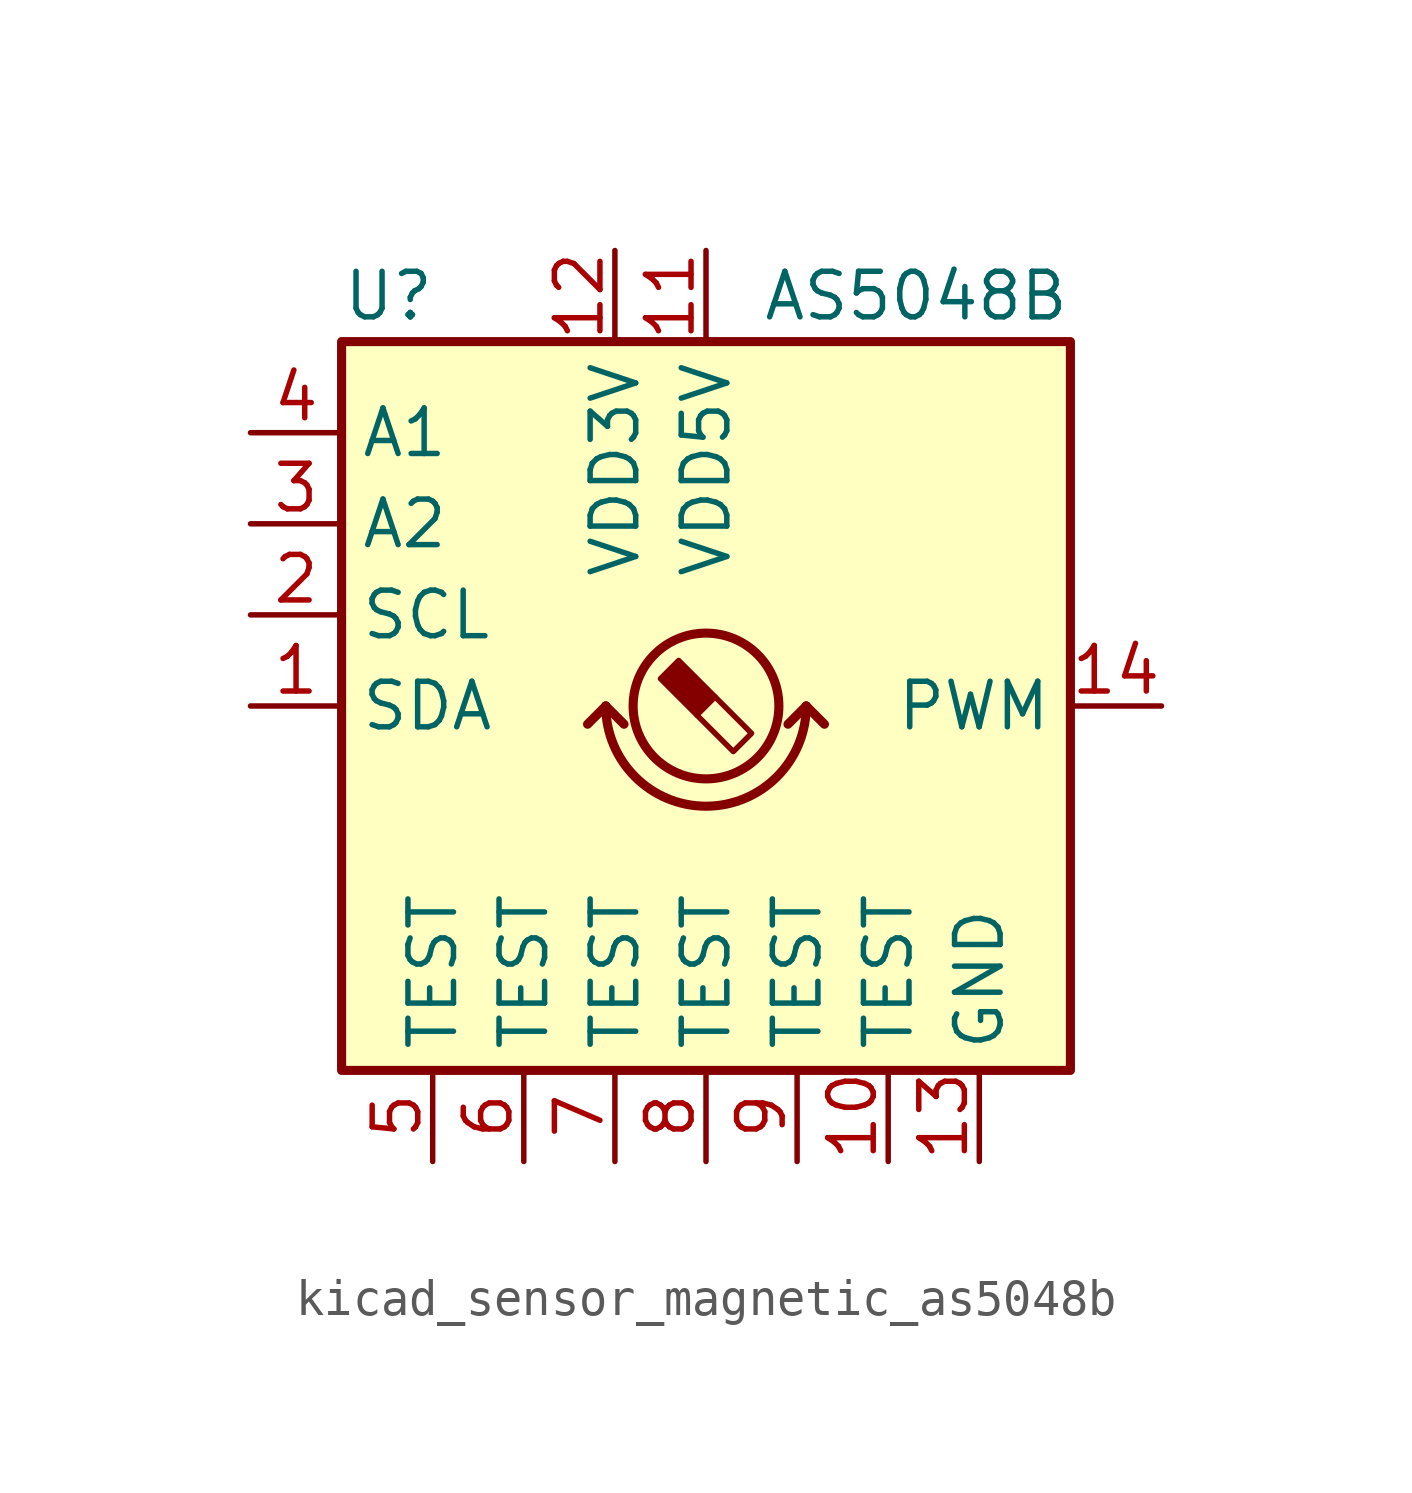
<source format=kicad_sym>
(kicad_symbol_lib
  (version 20220914)
  (generator kicad_symbol_editor)
  (symbol "kicad_sensor_magnetic_as5048b"
    (property "Reference" "U"
      (at -10.16 11.43 0)
      (effects (font (size 1.27 1.27)) (justify left)))
    (property "Value" "AS5048B"
      (at 10.16 11.43 0)
      (effects (font (size 1.27 1.27)) (justify right)))
    (symbol "kicad_sensor_magnetic_as5048b_0_1"
      (rectangle (start -10.16 10.16) (end 10.16 -10.16) (stroke (width 0.254) (type default)) (fill (type background)))
      (arc (start -2.794 0) (mid 0 -2.7819) (end 2.794 0) (stroke (width 0.254) (type default)) (fill (type none)))
      (polyline (pts (xy -2.794 0) (xy -3.302 -0.508)) (stroke (width 0.254) (type default)) (fill (type none)))
      (polyline (pts (xy -2.794 0) (xy -2.286 -0.508)) (stroke (width 0.254) (type default)) (fill (type none)))
      (polyline (pts (xy 2.794 0) (xy 2.286 -0.508)) (stroke (width 0.254) (type default)) (fill (type none)))
      (polyline (pts (xy 2.794 0) (xy 3.302 -0.508)) (stroke (width 0.254) (type default)) (fill (type none))))
    (symbol "kicad_sensor_magnetic_as5048b_1_1"
      (polyline (pts (xy 0.254 0.254) (xy 1.27 -0.762) (xy 0.762 -1.27) (xy -0.254 -0.254)) (stroke (width 0) (type default)) (fill (type none)))
      (polyline (pts (xy -0.762 1.27) (xy 0.254 0.254) (xy -0.254 -0.254) (xy -1.27 0.762) (xy -1.016 1.016) (xy -0.762 1.27) (xy -0.635 1.143)) (stroke (width 0) (type default)) (fill (type outline)))
      (circle (center 0 0) (radius 2.032) (stroke (width 0.254) (type default)) (fill (type none)))
      (pin bidirectional line (at -12.7 0 0) (length 2.54) (name "SDA" (effects (font (size 1.27 1.27)))) (number "1" (effects (font (size 1.27 1.27)))))
      (pin passive line (at 5.08 -12.7 90) (length 2.54) (name "TEST" (effects (font (size 1.27 1.27)))) (number "10" (effects (font (size 1.27 1.27)))))
      (pin power_in line (at 0 12.7 270) (length 2.54) (name "VDD5V" (effects (font (size 1.27 1.27)))) (number "11" (effects (font (size 1.27 1.27)))))
      (pin power_in line (at -2.54 12.7 270) (length 2.54) (name "VDD3V" (effects (font (size 1.27 1.27)))) (number "12" (effects (font (size 1.27 1.27)))))
      (pin power_in line (at 7.62 -12.7 90) (length 2.54) (name "GND" (effects (font (size 1.27 1.27)))) (number "13" (effects (font (size 1.27 1.27)))))
      (pin output line (at 12.7 0 180) (length 2.54) (name "PWM" (effects (font (size 1.27 1.27)))) (number "14" (effects (font (size 1.27 1.27)))))
      (pin input line (at -12.7 2.54 0) (length 2.54) (name "SCL" (effects (font (size 1.27 1.27)))) (number "2" (effects (font (size 1.27 1.27)))))
      (pin input line (at -12.7 5.08 0) (length 2.54) (name "A2" (effects (font (size 1.27 1.27)))) (number "3" (effects (font (size 1.27 1.27)))))
      (pin input line (at -12.7 7.62 0) (length 2.54) (name "A1" (effects (font (size 1.27 1.27)))) (number "4" (effects (font (size 1.27 1.27)))))
      (pin passive line (at -7.62 -12.7 90) (length 2.54) (name "TEST" (effects (font (size 1.27 1.27)))) (number "5" (effects (font (size 1.27 1.27)))))
      (pin passive line (at -5.08 -12.7 90) (length 2.54) (name "TEST" (effects (font (size 1.27 1.27)))) (number "6" (effects (font (size 1.27 1.27)))))
      (pin passive line (at -2.54 -12.7 90) (length 2.54) (name "TEST" (effects (font (size 1.27 1.27)))) (number "7" (effects (font (size 1.27 1.27)))))
      (pin passive line (at 0 -12.7 90) (length 2.54) (name "TEST" (effects (font (size 1.27 1.27)))) (number "8" (effects (font (size 1.27 1.27)))))
      (pin passive line (at 2.54 -12.7 90) (length 2.54) (name "TEST" (effects (font (size 1.27 1.27)))) (number "9" (effects (font (size 1.27 1.27))))))))
</source>
